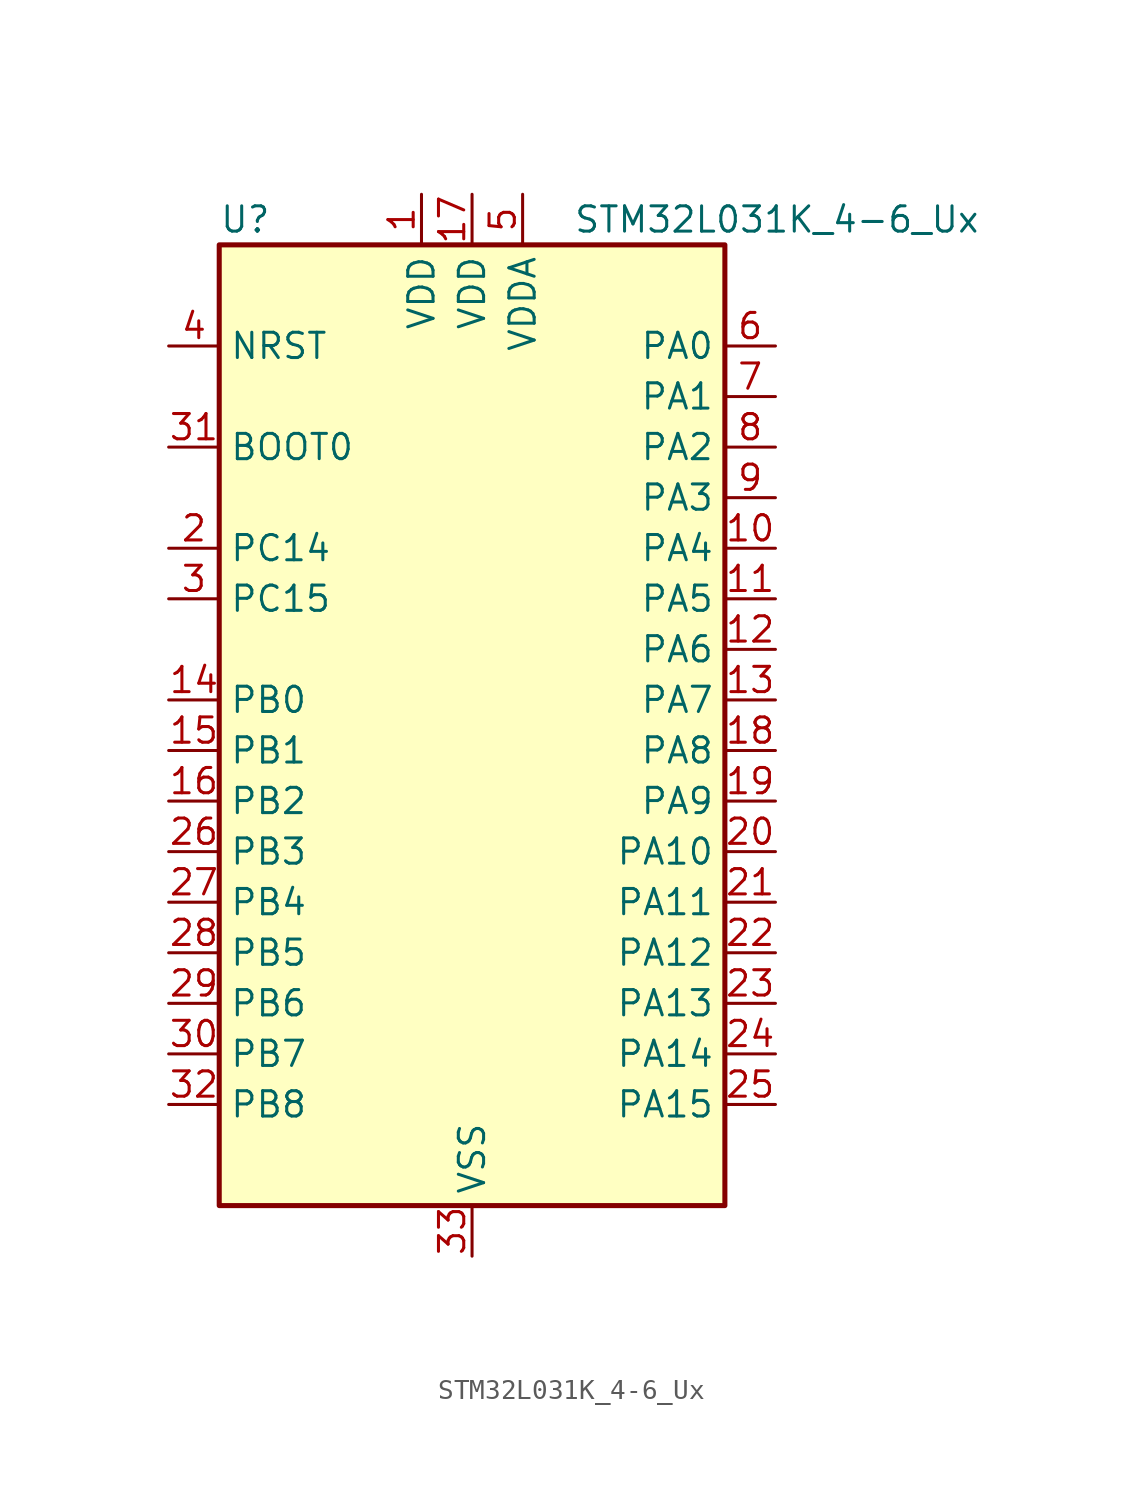
<source format=kicad_sym>
(kicad_symbol_lib
  (version 20241209)
  (generator "kicad_symbol_editor")
  (generator_version "9.0")
  (symbol "STM32L031K_4-6_Ux"
    (property "Reference" "U"
      (at -12.7 26.67 0)
      (effects (font (size 1.27 1.27)) (justify left)))
    (property "Value" "STM32L031K_4-6_Ux"
      (at 5.08 26.67 0)
      (effects (font (size 1.27 1.27)) (justify left)))
    (symbol "STM32L031K_4-6_Ux_0_1"
      (rectangle (start -12.7 -22.86) (end 12.7 25.4) (stroke (width 0.254) (type default)) (fill (type background))))
    (symbol "STM32L031K_4-6_Ux_1_1"
      (pin input line (at -15.24 20.32 0) (length 2.54) (name "NRST" (effects (font (size 1.27 1.27)))) (number "4" (effects (font (size 1.27 1.27)))))
      (pin input line (at -15.24 15.24 0) (length 2.54) (name "BOOT0" (effects (font (size 1.27 1.27)))) (number "31" (effects (font (size 1.27 1.27)))))
      (pin bidirectional line (at -15.24 10.16 0) (length 2.54) (name "PC14" (effects (font (size 1.27 1.27)))) (number "2" (effects (font (size 1.27 1.27)))) (alternate "RCC_OSC32_IN" bidirectional line))
      (pin bidirectional line (at -15.24 7.62 0) (length 2.54) (name "PC15" (effects (font (size 1.27 1.27)))) (number "3" (effects (font (size 1.27 1.27)))) (alternate "RCC_OSC32_OUT" bidirectional line))
      (pin bidirectional line (at -15.24 2.54 0) (length 2.54) (name "PB0" (effects (font (size 1.27 1.27)))) (number "14" (effects (font (size 1.27 1.27)))) (alternate "ADC_IN8" bidirectional line) (alternate "SPI1_MISO" bidirectional line) (alternate "SYS_VREF_OUT_PB0" bidirectional line) (alternate "TIM2_CH3" bidirectional line) (alternate "USART2_DE" bidirectional line) (alternate "USART2_RTS" bidirectional line))
      (pin bidirectional line (at -15.24 0 0) (length 2.54) (name "PB1" (effects (font (size 1.27 1.27)))) (number "15" (effects (font (size 1.27 1.27)))) (alternate "ADC_IN9" bidirectional line) (alternate "LPUART1_DE" bidirectional line) (alternate "LPUART1_RTS" bidirectional line) (alternate "SPI1_MOSI" bidirectional line) (alternate "SYS_VREF_OUT_PB1" bidirectional line) (alternate "TIM2_CH4" bidirectional line) (alternate "USART2_CK" bidirectional line))
      (pin bidirectional line (at -15.24 -2.54 0) (length 2.54) (name "PB2" (effects (font (size 1.27 1.27)))) (number "16" (effects (font (size 1.27 1.27)))) (alternate "LPTIM1_OUT" bidirectional line))
      (pin bidirectional line (at -15.24 -5.08 0) (length 2.54) (name "PB3" (effects (font (size 1.27 1.27)))) (number "26" (effects (font (size 1.27 1.27)))) (alternate "COMP2_INM" bidirectional line) (alternate "SPI1_SCK" bidirectional line) (alternate "TIM2_CH2" bidirectional line))
      (pin bidirectional line (at -15.24 -7.62 0) (length 2.54) (name "PB4" (effects (font (size 1.27 1.27)))) (number "27" (effects (font (size 1.27 1.27)))) (alternate "COMP2_INP" bidirectional line) (alternate "SPI1_MISO" bidirectional line) (alternate "TIM22_CH1" bidirectional line))
      (pin bidirectional line (at -15.24 -10.16 0) (length 2.54) (name "PB5" (effects (font (size 1.27 1.27)))) (number "28" (effects (font (size 1.27 1.27)))) (alternate "COMP2_INP" bidirectional line) (alternate "I2C1_SMBA" bidirectional line) (alternate "LPTIM1_IN1" bidirectional line) (alternate "SPI1_MOSI" bidirectional line) (alternate "TIM22_CH2" bidirectional line))
      (pin bidirectional line (at -15.24 -12.7 0) (length 2.54) (name "PB6" (effects (font (size 1.27 1.27)))) (number "29" (effects (font (size 1.27 1.27)))) (alternate "COMP2_INP" bidirectional line) (alternate "I2C1_SCL" bidirectional line) (alternate "LPTIM1_ETR" bidirectional line) (alternate "TIM21_CH1" bidirectional line) (alternate "USART2_TX" bidirectional line))
      (pin bidirectional line (at -15.24 -15.24 0) (length 2.54) (name "PB7" (effects (font (size 1.27 1.27)))) (number "30" (effects (font (size 1.27 1.27)))) (alternate "COMP2_INP" bidirectional line) (alternate "I2C1_SDA" bidirectional line) (alternate "LPTIM1_IN2" bidirectional line) (alternate "SYS_PVD_IN" bidirectional line) (alternate "USART2_RX" bidirectional line))
      (pin bidirectional line (at -15.24 -17.78 0) (length 2.54) (name "PB8" (effects (font (size 1.27 1.27)))) (number "32" (effects (font (size 1.27 1.27)))) (alternate "I2C1_SCL" bidirectional line))
      (pin power_in line (at -2.54 27.94 270) (length 2.54) (name "VDD" (effects (font (size 1.27 1.27)))) (number "1" (effects (font (size 1.27 1.27)))))
      (pin power_in line (at 0 27.94 270) (length 2.54) (name "VDD" (effects (font (size 1.27 1.27)))) (number "17" (effects (font (size 1.27 1.27)))))
      (pin power_in line (at 0 -25.4 90) (length 2.54) (name "VSS" (effects (font (size 1.27 1.27)))) (number "33" (effects (font (size 1.27 1.27)))))
      (pin power_in line (at 2.54 27.94 270) (length 2.54) (name "VDDA" (effects (font (size 1.27 1.27)))) (number "5" (effects (font (size 1.27 1.27)))))
      (pin bidirectional line (at 15.24 20.32 180) (length 2.54) (name "PA0" (effects (font (size 1.27 1.27)))) (number "6" (effects (font (size 1.27 1.27)))) (alternate "ADC_IN0" bidirectional line) (alternate "COMP1_INM" bidirectional line) (alternate "COMP1_OUT" bidirectional line) (alternate "LPTIM1_IN1" bidirectional line) (alternate "RCC_CK_IN" bidirectional line) (alternate "RTC_TAMP2" bidirectional line) (alternate "SYS_WKUP1" bidirectional line) (alternate "TIM2_CH1" bidirectional line) (alternate "TIM2_ETR" bidirectional line) (alternate "USART2_CTS" bidirectional line))
      (pin bidirectional line (at 15.24 17.78 180) (length 2.54) (name "PA1" (effects (font (size 1.27 1.27)))) (number "7" (effects (font (size 1.27 1.27)))) (alternate "ADC_IN1" bidirectional line) (alternate "COMP1_INP" bidirectional line) (alternate "I2C1_SMBA" bidirectional line) (alternate "LPTIM1_IN2" bidirectional line) (alternate "TIM21_ETR" bidirectional line) (alternate "TIM2_CH2" bidirectional line) (alternate "USART2_DE" bidirectional line) (alternate "USART2_RTS" bidirectional line))
      (pin bidirectional line (at 15.24 15.24 180) (length 2.54) (name "PA2" (effects (font (size 1.27 1.27)))) (number "8" (effects (font (size 1.27 1.27)))) (alternate "ADC_IN2" bidirectional line) (alternate "COMP2_INM" bidirectional line) (alternate "COMP2_OUT" bidirectional line) (alternate "LPUART1_TX" bidirectional line) (alternate "RTC_OUT_ALARM" bidirectional line) (alternate "RTC_OUT_CALIB" bidirectional line) (alternate "RTC_TAMP3" bidirectional line) (alternate "RTC_TS" bidirectional line) (alternate "SYS_WKUP3" bidirectional line) (alternate "TIM21_CH1" bidirectional line) (alternate "TIM2_CH3" bidirectional line) (alternate "USART2_TX" bidirectional line))
      (pin bidirectional line (at 15.24 12.7 180) (length 2.54) (name "PA3" (effects (font (size 1.27 1.27)))) (number "9" (effects (font (size 1.27 1.27)))) (alternate "ADC_IN3" bidirectional line) (alternate "COMP2_INP" bidirectional line) (alternate "LPUART1_RX" bidirectional line) (alternate "TIM21_CH2" bidirectional line) (alternate "TIM2_CH4" bidirectional line) (alternate "USART2_RX" bidirectional line))
      (pin bidirectional line (at 15.24 10.16 180) (length 2.54) (name "PA4" (effects (font (size 1.27 1.27)))) (number "10" (effects (font (size 1.27 1.27)))) (alternate "ADC_IN4" bidirectional line) (alternate "COMP1_INM" bidirectional line) (alternate "COMP2_INM" bidirectional line) (alternate "LPTIM1_IN1" bidirectional line) (alternate "SPI1_NSS" bidirectional line) (alternate "TIM22_ETR" bidirectional line) (alternate "USART2_CK" bidirectional line))
      (pin bidirectional line (at 15.24 7.62 180) (length 2.54) (name "PA5" (effects (font (size 1.27 1.27)))) (number "11" (effects (font (size 1.27 1.27)))) (alternate "ADC_IN5" bidirectional line) (alternate "COMP1_INM" bidirectional line) (alternate "COMP2_INM" bidirectional line) (alternate "LPTIM1_IN2" bidirectional line) (alternate "SPI1_SCK" bidirectional line) (alternate "TIM2_CH1" bidirectional line) (alternate "TIM2_ETR" bidirectional line))
      (pin bidirectional line (at 15.24 5.08 180) (length 2.54) (name "PA6" (effects (font (size 1.27 1.27)))) (number "12" (effects (font (size 1.27 1.27)))) (alternate "ADC_IN6" bidirectional line) (alternate "COMP1_OUT" bidirectional line) (alternate "LPTIM1_ETR" bidirectional line) (alternate "LPUART1_CTS" bidirectional line) (alternate "SPI1_MISO" bidirectional line) (alternate "TIM22_CH1" bidirectional line))
      (pin bidirectional line (at 15.24 2.54 180) (length 2.54) (name "PA7" (effects (font (size 1.27 1.27)))) (number "13" (effects (font (size 1.27 1.27)))) (alternate "ADC_IN7" bidirectional line) (alternate "COMP2_OUT" bidirectional line) (alternate "LPTIM1_OUT" bidirectional line) (alternate "SPI1_MOSI" bidirectional line) (alternate "TIM22_CH2" bidirectional line) (alternate "USART2_CTS" bidirectional line))
      (pin bidirectional line (at 15.24 0 180) (length 2.54) (name "PA8" (effects (font (size 1.27 1.27)))) (number "18" (effects (font (size 1.27 1.27)))) (alternate "LPTIM1_IN1" bidirectional line) (alternate "RCC_MCO" bidirectional line) (alternate "TIM2_CH1" bidirectional line) (alternate "USART2_CK" bidirectional line))
      (pin bidirectional line (at 15.24 -2.54 180) (length 2.54) (name "PA9" (effects (font (size 1.27 1.27)))) (number "19" (effects (font (size 1.27 1.27)))) (alternate "I2C1_SCL" bidirectional line) (alternate "RCC_MCO" bidirectional line) (alternate "TIM22_CH1" bidirectional line) (alternate "USART2_TX" bidirectional line))
      (pin bidirectional line (at 15.24 -5.08 180) (length 2.54) (name "PA10" (effects (font (size 1.27 1.27)))) (number "20" (effects (font (size 1.27 1.27)))) (alternate "I2C1_SDA" bidirectional line) (alternate "TIM22_CH2" bidirectional line) (alternate "USART2_RX" bidirectional line))
      (pin bidirectional line (at 15.24 -7.62 180) (length 2.54) (name "PA11" (effects (font (size 1.27 1.27)))) (number "21" (effects (font (size 1.27 1.27)))) (alternate "ADC_EXTI11" bidirectional line) (alternate "COMP1_OUT" bidirectional line) (alternate "SPI1_MISO" bidirectional line) (alternate "TIM21_CH2" bidirectional line) (alternate "USART2_CTS" bidirectional line))
      (pin bidirectional line (at 15.24 -10.16 180) (length 2.54) (name "PA12" (effects (font (size 1.27 1.27)))) (number "22" (effects (font (size 1.27 1.27)))) (alternate "COMP2_OUT" bidirectional line) (alternate "SPI1_MOSI" bidirectional line) (alternate "USART2_DE" bidirectional line) (alternate "USART2_RTS" bidirectional line))
      (pin bidirectional line (at 15.24 -12.7 180) (length 2.54) (name "PA13" (effects (font (size 1.27 1.27)))) (number "23" (effects (font (size 1.27 1.27)))) (alternate "LPTIM1_ETR" bidirectional line) (alternate "LPUART1_RX" bidirectional line) (alternate "SYS_SWDIO" bidirectional line))
      (pin bidirectional line (at 15.24 -15.24 180) (length 2.54) (name "PA14" (effects (font (size 1.27 1.27)))) (number "24" (effects (font (size 1.27 1.27)))) (alternate "I2C1_SMBA" bidirectional line) (alternate "LPTIM1_OUT" bidirectional line) (alternate "LPUART1_TX" bidirectional line) (alternate "SYS_SWCLK" bidirectional line) (alternate "USART2_TX" bidirectional line))
      (pin bidirectional line (at 15.24 -17.78 180) (length 2.54) (name "PA15" (effects (font (size 1.27 1.27)))) (number "25" (effects (font (size 1.27 1.27)))) (alternate "SPI1_NSS" bidirectional line) (alternate "TIM2_CH1" bidirectional line) (alternate "TIM2_ETR" bidirectional line) (alternate "USART2_RX" bidirectional line)))))
</source>
